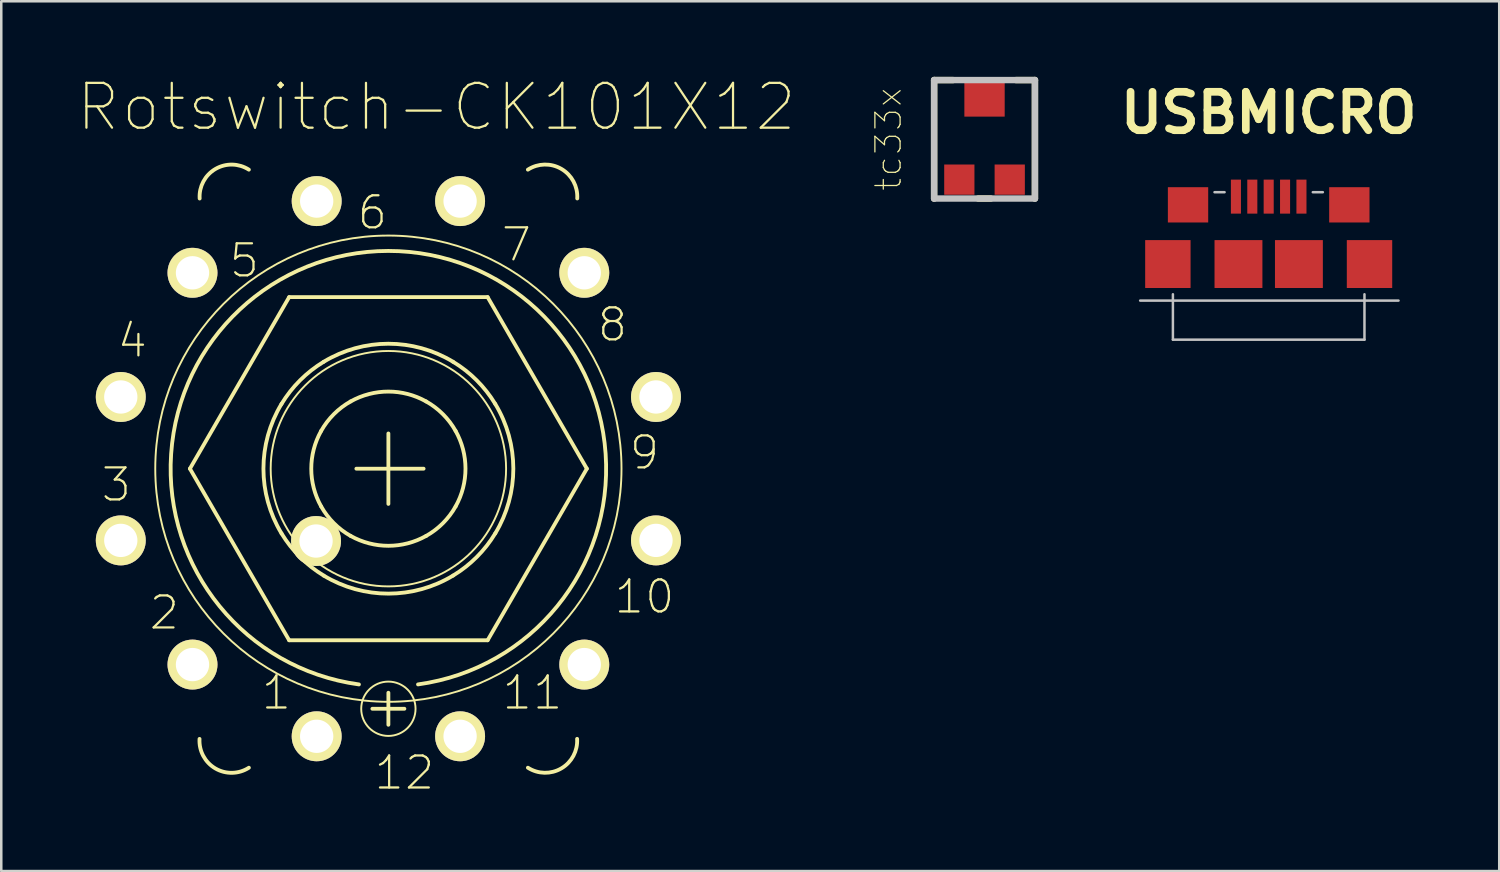
<source format=kicad_pcb>
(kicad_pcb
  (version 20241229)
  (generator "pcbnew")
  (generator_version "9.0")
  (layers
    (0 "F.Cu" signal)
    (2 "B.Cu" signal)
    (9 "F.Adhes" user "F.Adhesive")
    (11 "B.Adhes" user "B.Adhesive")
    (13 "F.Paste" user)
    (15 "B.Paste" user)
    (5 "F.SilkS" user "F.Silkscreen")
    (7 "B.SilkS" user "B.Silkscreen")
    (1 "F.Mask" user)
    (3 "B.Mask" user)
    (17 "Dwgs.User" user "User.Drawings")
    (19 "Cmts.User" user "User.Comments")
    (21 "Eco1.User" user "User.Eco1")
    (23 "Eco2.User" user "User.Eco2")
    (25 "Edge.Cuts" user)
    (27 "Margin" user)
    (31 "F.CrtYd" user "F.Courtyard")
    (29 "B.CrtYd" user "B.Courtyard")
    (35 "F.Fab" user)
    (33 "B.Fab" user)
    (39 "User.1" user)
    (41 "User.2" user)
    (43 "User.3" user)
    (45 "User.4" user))
  (footprint "USBMICRO"
    (layer "F.Cu")
    (at 47.285 7.426)
    (property "Reference" "USBMICRO" (at 0 -5.999 0) (layer "F.SilkS") (effects (font (size 1.524 1.524) (thickness 0.305))))
    (attr through_hole)
    (fp_line (start -3.8 1.199) (end -3.8 3) (stroke (width 0.099) (type solid)) (layer "Dwgs.User"))
    (fp_line (start -3.8 1.45) (end -5.1 1.45) (stroke (width 0.099) (type solid)) (layer "Dwgs.User"))
    (fp_line (start -3.8 1.45) (end 3.8 1.45) (stroke (width 0.099) (type solid)) (layer "Dwgs.User"))
    (fp_line (start -3.8 3) (end 3.8 3) (stroke (width 0.099) (type solid)) (layer "Dwgs.User"))
    (fp_line (start -2.149 -2.85) (end -1.75 -2.85) (stroke (width 0.099) (type solid)) (layer "Dwgs.User"))
    (fp_line (start 1.75 -2.85) (end 2.149 -2.85) (stroke (width 0.099) (type solid)) (layer "Dwgs.User"))
    (fp_line (start 3.8 1.45) (end 5.151 1.45) (stroke (width 0.099) (type solid)) (layer "Dwgs.User"))
    (fp_line (start 3.8 3) (end 3.8 1.199) (stroke (width 0.099) (type solid)) (layer "Dwgs.User"))
    (pad "" smd rect (at -4 0) (size 1.801 1.9) (layers "F.Cu" "F.Mask" "F.Paste"))
    (pad "" smd rect (at -3.2 -2.349) (size 1.6 1.4) (layers "F.Cu" "F.Mask" "F.Paste"))
    (pad "" smd rect (at -1.199 0) (size 1.9 1.9) (layers "F.Cu" "F.Mask" "F.Paste"))
    (pad "" smd rect (at 1.199 0) (size 1.9 1.9) (layers "F.Cu" "F.Mask" "F.Paste"))
    (pad "" smd rect (at 3.2 -2.349) (size 1.6 1.4) (layers "F.Cu" "F.Mask" "F.Paste"))
    (pad "" smd rect (at 4 0) (size 1.801 1.9) (layers "F.Cu" "F.Mask" "F.Paste"))
    (pad "1" smd rect (at -1.3 -2.675) (size 0.399 1.349) (layers "F.Cu" "F.Mask" "F.Paste"))
    (pad "2" smd rect (at 0 -2.675) (size 0.399 1.349) (layers "F.Cu" "F.Mask" "F.Paste"))
    (pad "3" smd rect (at -0.65 -2.675) (size 0.399 1.349) (layers "F.Cu" "F.Mask" "F.Paste"))
    (pad "4" smd rect (at 1.3 -2.675) (size 0.399 1.349) (layers "F.Cu" "F.Mask" "F.Paste"))
    (pad "5" smd rect (at 0.65 -2.675) (size 0.399 1.349) (layers "F.Cu" "F.Mask" "F.Paste")))
  (footprint "Rotswitch-CK101X12"
    (layer "F.Cu")
    (at 12.359 15.545)
    (property "Reference" "Rotswitch-CK101X12" (at 1.905 -14.348 0) (layer "F.SilkS") (effects (font (size 1.778 1.778) (thickness 0.089))))
    (attr exclude_from_pos_files exclude_from_bom)
    (fp_line (start -7.874 0) (end -3.937 -6.807) (stroke (width 0.152) (type solid)) (layer "F.SilkS"))
    (fp_line (start -3.937 -6.807) (end 3.937 -6.807) (stroke (width 0.152) (type solid)) (layer "F.SilkS"))
    (fp_line (start -3.937 6.807) (end -7.874 0) (stroke (width 0.152) (type solid)) (layer "F.SilkS"))
    (fp_line (start -1.27 0) (end 1.397 0) (stroke (width 0.152) (type solid)) (layer "F.SilkS"))
    (fp_line (start -0.635 9.525) (end 0.635 9.525) (stroke (width 0.152) (type solid)) (layer "F.SilkS"))
    (fp_line (start 0 1.397) (end 0 -1.397) (stroke (width 0.152) (type solid)) (layer "F.SilkS"))
    (fp_line (start 0 8.89) (end 0 10.16) (stroke (width 0.152) (type solid)) (layer "F.SilkS"))
    (fp_line (start 3.937 -6.807) (end 7.874 0) (stroke (width 0.152) (type solid)) (layer "F.SilkS"))
    (fp_line (start 3.937 6.807) (end -3.937 6.807) (stroke (width 0.152) (type solid)) (layer "F.SilkS"))
    (fp_line (start 7.874 0) (end 3.937 6.807) (stroke (width 0.152) (type solid)) (layer "F.SilkS"))
    (fp_arc (start -7.48792 -10.7188) (mid -6.862814 -11.890282) (end -5.535246 -11.863992) (stroke (width 0.1524) (type solid)) (layer "F.SilkS"))
    (fp_arc (start -5.53466 11.86434) (mid -6.864248 11.893227) (end -7.492583 10.721121) (stroke (width 0.1524) (type solid)) (layer "F.SilkS"))
    (fp_arc (start -4.2418 -2.5654) (mid -3.507424 -3.503159) (end -2.570559 -4.238676) (stroke (width 0.1524) (type solid)) (layer "F.SilkS"))
    (fp_arc (start -4.2418 2.5654) (mid -4.957231 0.001311) (end -4.243156 -2.563157) (stroke (width 0.1524) (type solid)) (layer "F.SilkS"))
    (fp_arc (start -2.667 -1.4986) (mid -2.163865 -2.162494) (end -1.50029 -2.666049) (stroke (width 0.1524) (type solid)) (layer "F.SilkS"))
    (fp_arc (start -2.667 1.4986) (mid -3.059197 0.0017) (end -2.668664 -1.495635) (stroke (width 0.1524) (type solid)) (layer "F.SilkS"))
    (fp_arc (start -2.5654 -4.2418) (mid -0.001311 -4.957231) (end 2.563157 -4.243156) (stroke (width 0.1524) (type solid)) (layer "F.SilkS"))
    (fp_arc (start -2.5654 4.2418) (mid -3.503159 3.507424) (end -4.238676 2.570559) (stroke (width 0.1524) (type solid)) (layer "F.SilkS"))
    (fp_arc (start -1.4986 -2.667) (mid -0.0017 -3.059197) (end 1.495635 -2.668664) (stroke (width 0.1524) (type solid)) (layer "F.SilkS"))
    (fp_arc (start -1.4986 2.667) (mid -2.162494 2.163865) (end -2.666049 1.50029) (stroke (width 0.1524) (type solid)) (layer "F.SilkS"))
    (fp_arc (start -1.1684 8.5598) (mid -0.004109 -8.639173) (end 1.176541 8.558685) (stroke (width 0.1524) (type solid)) (layer "F.SilkS"))
    (fp_arc (start 1.4986 -2.667) (mid 2.162494 -2.163865) (end 2.666049 -1.50029) (stroke (width 0.1524) (type solid)) (layer "F.SilkS"))
    (fp_arc (start 1.4986 2.667) (mid 0.0017 3.059197) (end -1.495635 2.668664) (stroke (width 0.1524) (type solid)) (layer "F.SilkS"))
    (fp_arc (start 2.5654 -4.2418) (mid 3.503159 -3.507424) (end 4.238676 -2.570559) (stroke (width 0.1524) (type solid)) (layer "F.SilkS"))
    (fp_arc (start 2.5654 4.2418) (mid 0.001311 4.957231) (end -2.563157 4.243156) (stroke (width 0.1524) (type solid)) (layer "F.SilkS"))
    (fp_arc (start 2.667 -1.4986) (mid 3.059197 -0.0017) (end 2.668664 1.495635) (stroke (width 0.1524) (type solid)) (layer "F.SilkS"))
    (fp_arc (start 2.667 1.4986) (mid 2.163865 2.162494) (end 1.50029 2.666049) (stroke (width 0.1524) (type solid)) (layer "F.SilkS"))
    (fp_arc (start 4.2418 -2.5654) (mid 4.957231 -0.001311) (end 4.243156 2.563157) (stroke (width 0.1524) (type solid)) (layer "F.SilkS"))
    (fp_arc (start 4.2418 2.5654) (mid 3.507424 3.503159) (end 2.570559 4.238676) (stroke (width 0.1524) (type solid)) (layer "F.SilkS"))
    (fp_arc (start 5.53466 -11.86434) (mid 6.864248 -11.893227) (end 7.492583 -10.721121) (stroke (width 0.1524) (type solid)) (layer "F.SilkS"))
    (fp_arc (start 7.48792 10.7188) (mid 6.862814 11.890282) (end 5.535246 11.863992) (stroke (width 0.1524) (type solid)) (layer "F.SilkS"))
    (fp_circle (center 0 0) (end -6.54 6.54) (stroke (width 0.076) (type solid)) (fill no) (layer "F.SilkS"))
    (fp_circle (center 0 0) (end -3.302 3.302) (stroke (width 0.076) (type solid)) (fill no) (layer "F.SilkS"))
    (fp_circle (center 0 9.525) (end -0.762 10.287) (stroke (width 0.076) (type solid)) (fill no) (layer "F.SilkS"))
    (fp_text user "3" (at -10.795 0.635 0) (layer "F.SilkS") (effects (font (size 1.27 1.27) (thickness 0.089))))
    (fp_text user "4" (at -10.16 -5.08 0) (layer "F.SilkS") (effects (font (size 1.27 1.27) (thickness 0.089))))
    (fp_text user "2" (at -8.89 5.715 0) (layer "F.SilkS") (effects (font (size 1.27 1.27) (thickness 0.089))))
    (fp_text user "6" (at -0.635 -10.16 0) (layer "F.SilkS") (effects (font (size 1.27 1.27) (thickness 0.089))))
    (fp_text user "9" (at 10.16 -0.635 0) (layer "F.SilkS") (effects (font (size 1.27 1.27) (thickness 0.089))))
    (fp_text user "5" (at -5.715 -8.255 0) (layer "F.SilkS") (effects (font (size 1.27 1.27) (thickness 0.089))))
    (fp_text user "7" (at 5.08 -8.89 0) (layer "F.SilkS") (effects (font (size 1.27 1.27) (thickness 0.089))))
    (fp_text user "1" (at -4.445 8.89 0) (layer "F.SilkS") (effects (font (size 1.27 1.27) (thickness 0.089))))
    (fp_text user "10" (at 10.16 5.08 0) (layer "F.SilkS") (effects (font (size 1.27 1.27) (thickness 0.089))))
    (fp_text user "8" (at 8.89 -5.715 0) (layer "F.SilkS") (effects (font (size 1.27 1.27) (thickness 0.089))))
    (fp_text user "11" (at 5.715 8.89 0) (layer "F.SilkS") (effects (font (size 1.27 1.27) (thickness 0.089))))
    (fp_text user "12" (at 0.635 12.065 0) (layer "F.SilkS") (effects (font (size 1.27 1.27) (thickness 0.089))))
    (pad "1" thru_hole circle (at -2.845 10.617) (size 1.981 1.981) (drill 1.321) (layers "*.Cu" "F.Mask" "F.SilkS" "F.Paste"))
    (pad "2" thru_hole circle (at -7.772 7.772) (size 1.981 1.981) (drill 1.321) (layers "*.Cu" "F.Mask" "F.SilkS" "F.Paste"))
    (pad "3" thru_hole circle (at -10.617 2.845) (size 1.981 1.981) (drill 1.321) (layers "*.Cu" "F.Mask" "F.SilkS" "F.Paste"))
    (pad "4" thru_hole circle (at -10.617 -2.845) (size 1.981 1.981) (drill 1.321) (layers "*.Cu" "F.Mask" "F.SilkS" "F.Paste"))
    (pad "5" thru_hole circle (at -7.772 -7.772) (size 1.981 1.981) (drill 1.321) (layers "*.Cu" "F.Mask" "F.SilkS" "F.Paste"))
    (pad "6" thru_hole circle (at -2.845 -10.617) (size 1.981 1.981) (drill 1.321) (layers "*.Cu" "F.Mask" "F.SilkS" "F.Paste"))
    (pad "7" thru_hole circle (at 2.845 -10.617) (size 1.981 1.981) (drill 1.321) (layers "*.Cu" "F.Mask" "F.SilkS" "F.Paste"))
    (pad "8" thru_hole circle (at 7.772 -7.772) (size 1.981 1.981) (drill 1.321) (layers "*.Cu" "F.Mask" "F.SilkS" "F.Paste"))
    (pad "9" thru_hole circle (at 10.617 -2.845) (size 1.981 1.981) (drill 1.321) (layers "*.Cu" "F.Mask" "F.SilkS" "F.Paste"))
    (pad "10" thru_hole circle (at 10.617 2.845) (size 1.981 1.981) (drill 1.321) (layers "*.Cu" "F.Mask" "F.SilkS" "F.Paste"))
    (pad "11" thru_hole circle (at 7.772 7.772) (size 1.981 1.981) (drill 1.321) (layers "*.Cu" "F.Mask" "F.SilkS" "F.Paste"))
    (pad "12" thru_hole circle (at 2.845 10.617) (size 1.981 1.981) (drill 1.321) (layers "*.Cu" "F.Mask" "F.SilkS" "F.Paste"))
    (pad "A" thru_hole circle (at -2.87 2.87) (size 1.981 1.981) (drill 1.321) (layers "*.Cu" "F.Mask" "F.SilkS" "F.Paste")))
  (footprint "tc33x"
    (layer "F.Cu")
    (at 36.011 2.477)
    (property "Reference" "tc33x" (at -3.81 0 90) (layer "F.SilkS") (effects (font (size 1 1) (thickness 0.05))))
    (attr smd)
    (fp_line (start -2 -2.35) (end -1.25 -2.35) (stroke (width 0.254) (type solid)) (layer "F.SilkS"))
    (fp_line (start -2 2.35) (end -2 -2.35) (stroke (width 0.254) (type solid)) (layer "F.SilkS"))
    (fp_line (start 0.25 2.35) (end -0.25 2.35) (stroke (width 0.254) (type solid)) (layer "F.SilkS"))
    (fp_line (start 1.25 -2.35) (end 2 -2.35) (stroke (width 0.254) (type solid)) (layer "F.SilkS"))
    (fp_line (start 2 -2.35) (end 2 2.35) (stroke (width 0.254) (type solid)) (layer "F.SilkS"))
    (fp_line (start -2 -2.35) (end -2 2.35) (stroke (width 0.254) (type solid)) (layer "Dwgs.User"))
    (fp_line (start -2 2.35) (end 2 2.35) (stroke (width 0.254) (type solid)) (layer "Dwgs.User"))
    (fp_line (start 2 -2.35) (end -2 -2.35) (stroke (width 0.254) (type solid)) (layer "Dwgs.User"))
    (fp_line (start 2 2.35) (end 2 -2.35) (stroke (width 0.254) (type solid)) (layer "Dwgs.User"))
    (pad "1" smd rect (at -1 1.6) (size 1.2 1.2) (layers "F.Cu" "F.Mask" "F.Paste"))
    (pad "2" smd rect (at 0 -1.65) (size 1.6 1.5) (layers "F.Cu" "F.Mask" "F.Paste"))
    (pad "3" smd rect (at 1 1.6) (size 1.2 1.2) (layers "F.Cu" "F.Mask" "F.Paste")))
  (gr_rect
    (start -3 -3)
    (end 56.432 31.509)
    (stroke (width 0.1) (type default))
    (fill no)
    (layer "Edge.Cuts")))
</source>
